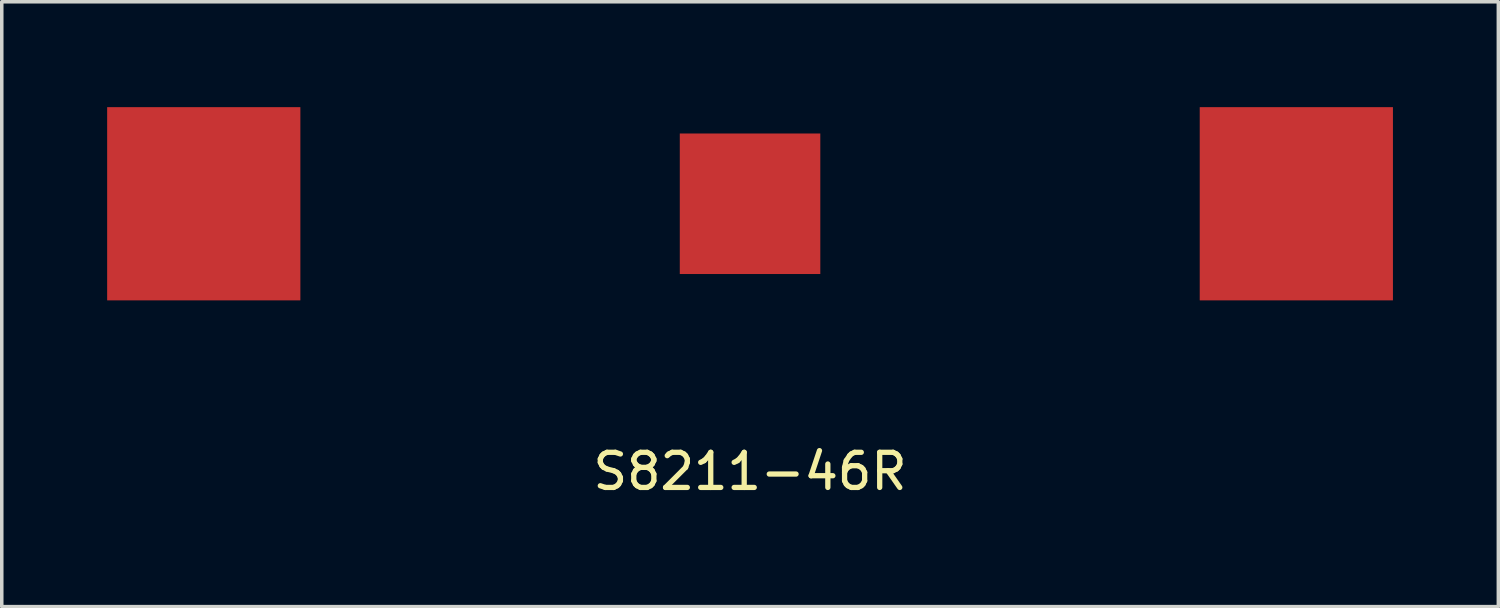
<source format=kicad_pcb>
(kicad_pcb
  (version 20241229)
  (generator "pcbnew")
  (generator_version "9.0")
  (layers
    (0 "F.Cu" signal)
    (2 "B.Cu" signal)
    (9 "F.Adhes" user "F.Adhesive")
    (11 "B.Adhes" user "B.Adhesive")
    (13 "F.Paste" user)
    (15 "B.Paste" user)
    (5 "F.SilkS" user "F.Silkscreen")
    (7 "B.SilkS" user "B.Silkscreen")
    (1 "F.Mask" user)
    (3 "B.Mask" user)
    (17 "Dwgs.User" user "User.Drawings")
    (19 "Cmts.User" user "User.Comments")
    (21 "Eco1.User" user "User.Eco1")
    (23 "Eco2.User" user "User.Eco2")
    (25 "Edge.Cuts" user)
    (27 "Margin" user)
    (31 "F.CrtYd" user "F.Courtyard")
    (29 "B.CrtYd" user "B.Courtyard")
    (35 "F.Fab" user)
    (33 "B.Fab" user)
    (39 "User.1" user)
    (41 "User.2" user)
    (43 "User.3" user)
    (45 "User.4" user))
  (footprint "S8211-46R"
    (layer "F.Cu")
    (at 18.3 2.75)
    (property "Reference" "S8211-46R" (at 0 7.62 0) (layer "F.SilkS") (effects (font (size 1 1) (thickness 0.15))))
    (attr through_hole)
    (pad "" smd rect (at -15.55 0) (size 5.5 5.5) (layers "F.Cu" "F.Mask" "F.Paste"))
    (pad "" smd rect (at 0 0) (size 4 4) (layers "F.Cu" "F.Mask" "F.Paste"))
    (pad "" smd rect (at 15.55 0) (size 5.5 5.5) (layers "F.Cu" "F.Mask" "F.Paste")))
  (gr_rect
    (start -3 -3)
    (end 39.6 14.218)
    (stroke (width 0.1) (type default))
    (fill no)
    (layer "Edge.Cuts")))
</source>
